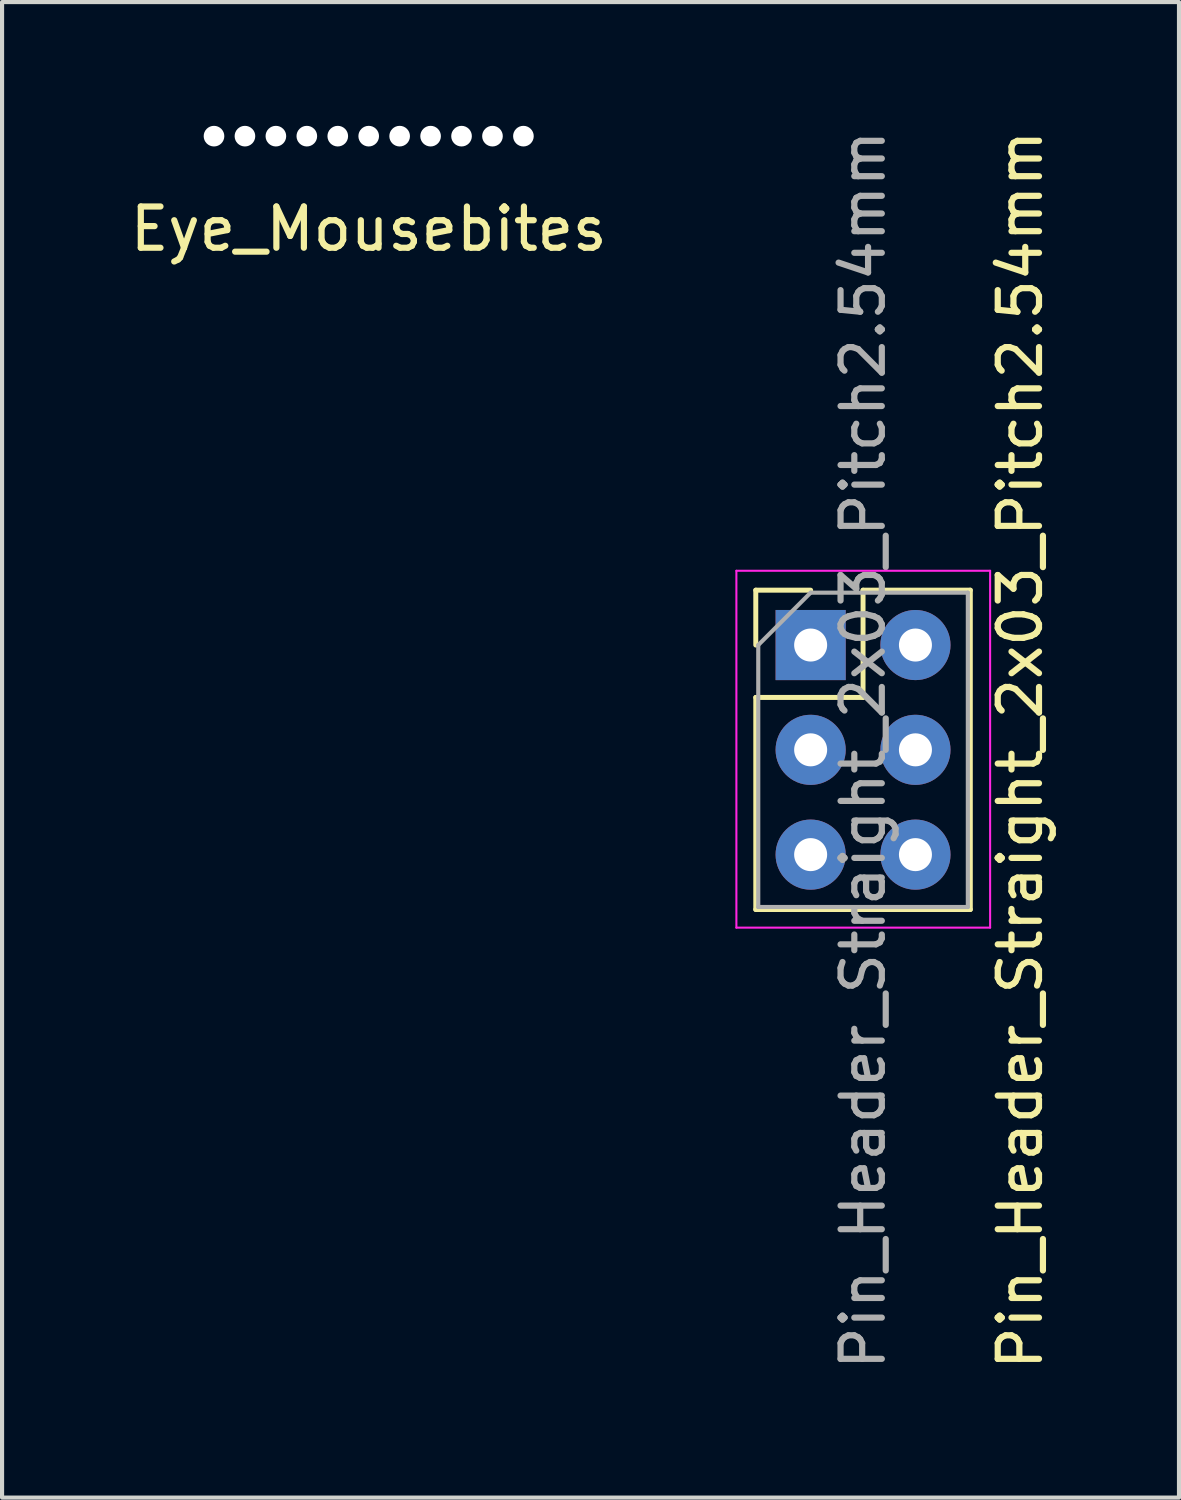
<source format=kicad_pcb>
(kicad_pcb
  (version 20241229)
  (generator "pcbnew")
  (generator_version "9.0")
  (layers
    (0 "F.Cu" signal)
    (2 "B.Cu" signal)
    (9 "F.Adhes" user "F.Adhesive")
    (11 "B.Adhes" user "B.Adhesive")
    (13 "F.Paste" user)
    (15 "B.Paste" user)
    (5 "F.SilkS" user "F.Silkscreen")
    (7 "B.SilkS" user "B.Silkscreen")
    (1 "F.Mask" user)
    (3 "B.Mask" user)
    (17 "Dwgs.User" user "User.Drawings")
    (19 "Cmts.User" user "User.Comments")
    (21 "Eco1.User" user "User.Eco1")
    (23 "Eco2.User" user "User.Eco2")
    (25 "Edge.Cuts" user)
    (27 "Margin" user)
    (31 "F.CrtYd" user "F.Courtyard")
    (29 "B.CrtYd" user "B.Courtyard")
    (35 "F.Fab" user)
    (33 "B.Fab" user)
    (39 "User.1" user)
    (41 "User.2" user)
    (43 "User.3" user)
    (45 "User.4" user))
  (footprint "Eye_Mousebites"
    (layer "F.Cu")
    (at 5.887 0.25)
    (property "Reference" "Eye_Mousebites" (at 0 2.25 0) (layer "F.SilkS") (effects (font (size 1 1) (thickness 0.15))))
    (attr through_hole)
    (pad "" np_thru_hole circle (at -3.75 0) (size 0.5 0.5) (drill 0.5) (layers "*.Cu"))
    (pad "" np_thru_hole circle (at -3 0) (size 0.5 0.5) (drill 0.5) (layers "*.Cu"))
    (pad "" np_thru_hole circle (at -2.25 0) (size 0.5 0.5) (drill 0.5) (layers "*.Cu"))
    (pad "" np_thru_hole circle (at -1.5 0) (size 0.5 0.5) (drill 0.5) (layers "*.Cu"))
    (pad "" np_thru_hole circle (at -0.75 0) (size 0.5 0.5) (drill 0.5) (layers "*.Cu"))
    (pad "" np_thru_hole circle (at 0 0) (size 0.5 0.5) (drill 0.5) (layers "*.Cu"))
    (pad "" np_thru_hole circle (at 0.75 0) (size 0.5 0.5) (drill 0.5) (layers "*.Cu"))
    (pad "" np_thru_hole circle (at 1.5 0) (size 0.5 0.5) (drill 0.5) (layers "*.Cu"))
    (pad "" np_thru_hole circle (at 2.25 0) (size 0.5 0.5) (drill 0.5) (layers "*.Cu"))
    (pad "" np_thru_hole circle (at 3 0) (size 0.5 0.5) (drill 0.5) (layers "*.Cu"))
    (pad "" np_thru_hole circle (at 3.75 0) (size 0.5 0.5) (drill 0.5) (layers "*.Cu")))
  (footprint "Pin_Header_Straight_2x03_Pitch2.54mm"
    (layer "F.Cu")
    (at 16.599 12.585)
    (property "Reference" "Pin_Header_Straight_2x03_Pitch2.54mm" (at 5.08 2.54 90) (layer "F.SilkS") (effects (font (size 1 1) (thickness 0.15))))
    (attr through_hole)
    (fp_line (start -1.33 -1.33) (end 0 -1.33) (stroke (width 0.12) (type solid)) (layer "F.SilkS"))
    (fp_line (start -1.33 0) (end -1.33 -1.33) (stroke (width 0.12) (type solid)) (layer "F.SilkS"))
    (fp_line (start -1.33 1.27) (end -1.33 6.41) (stroke (width 0.12) (type solid)) (layer "F.SilkS"))
    (fp_line (start -1.33 1.27) (end 1.27 1.27) (stroke (width 0.12) (type solid)) (layer "F.SilkS"))
    (fp_line (start -1.33 6.41) (end 3.87 6.41) (stroke (width 0.12) (type solid)) (layer "F.SilkS"))
    (fp_line (start 1.27 -1.33) (end 3.87 -1.33) (stroke (width 0.12) (type solid)) (layer "F.SilkS"))
    (fp_line (start 1.27 1.27) (end 1.27 -1.33) (stroke (width 0.12) (type solid)) (layer "F.SilkS"))
    (fp_line (start 3.87 -1.33) (end 3.87 6.41) (stroke (width 0.12) (type solid)) (layer "F.SilkS"))
    (fp_line (start -1.8 -1.8) (end -1.8 6.85) (stroke (width 0.05) (type solid)) (layer "F.CrtYd"))
    (fp_line (start -1.8 6.85) (end 4.35 6.85) (stroke (width 0.05) (type solid)) (layer "F.CrtYd"))
    (fp_line (start 4.35 -1.8) (end -1.8 -1.8) (stroke (width 0.05) (type solid)) (layer "F.CrtYd"))
    (fp_line (start 4.35 6.85) (end 4.35 -1.8) (stroke (width 0.05) (type solid)) (layer "F.CrtYd"))
    (fp_line (start -1.27 0) (end 0 -1.27) (stroke (width 0.1) (type solid)) (layer "F.Fab"))
    (fp_line (start -1.27 6.35) (end -1.27 0) (stroke (width 0.1) (type solid)) (layer "F.Fab"))
    (fp_line (start 0 -1.27) (end 3.81 -1.27) (stroke (width 0.1) (type solid)) (layer "F.Fab"))
    (fp_line (start 3.81 -1.27) (end 3.81 6.35) (stroke (width 0.1) (type solid)) (layer "F.Fab"))
    (fp_line (start 3.81 6.35) (end -1.27 6.35) (stroke (width 0.1) (type solid)) (layer "F.Fab"))
    (fp_text user "${REFERENCE}" (at 1.27 2.54 90) (layer "F.Fab") (effects (font (size 1 1) (thickness 0.15))))
    (pad "1" thru_hole rect (at 0 0) (size 1.7 1.7) (drill 0.8) (layers "*.Cu" "*.Mask"))
    (pad "2" thru_hole oval (at 2.54 0) (size 1.7 1.7) (drill 0.8) (layers "*.Cu" "*.Mask"))
    (pad "3" thru_hole oval (at 0 2.54) (size 1.7 1.7) (drill 0.8) (layers "*.Cu" "*.Mask"))
    (pad "4" thru_hole oval (at 2.54 2.54) (size 1.7 1.7) (drill 0.8) (layers "*.Cu" "*.Mask"))
    (pad "5" thru_hole oval (at 0 5.08) (size 1.7 1.7) (drill 0.8) (layers "*.Cu" "*.Mask"))
    (pad "6" thru_hole oval (at 2.54 5.08) (size 1.7 1.7) (drill 0.8) (layers "*.Cu" "*.Mask")))
  (gr_rect
    (start -3 -3)
    (end 25.527 33.25)
    (stroke (width 0.1) (type default))
    (fill no)
    (layer "Edge.Cuts")))
</source>
